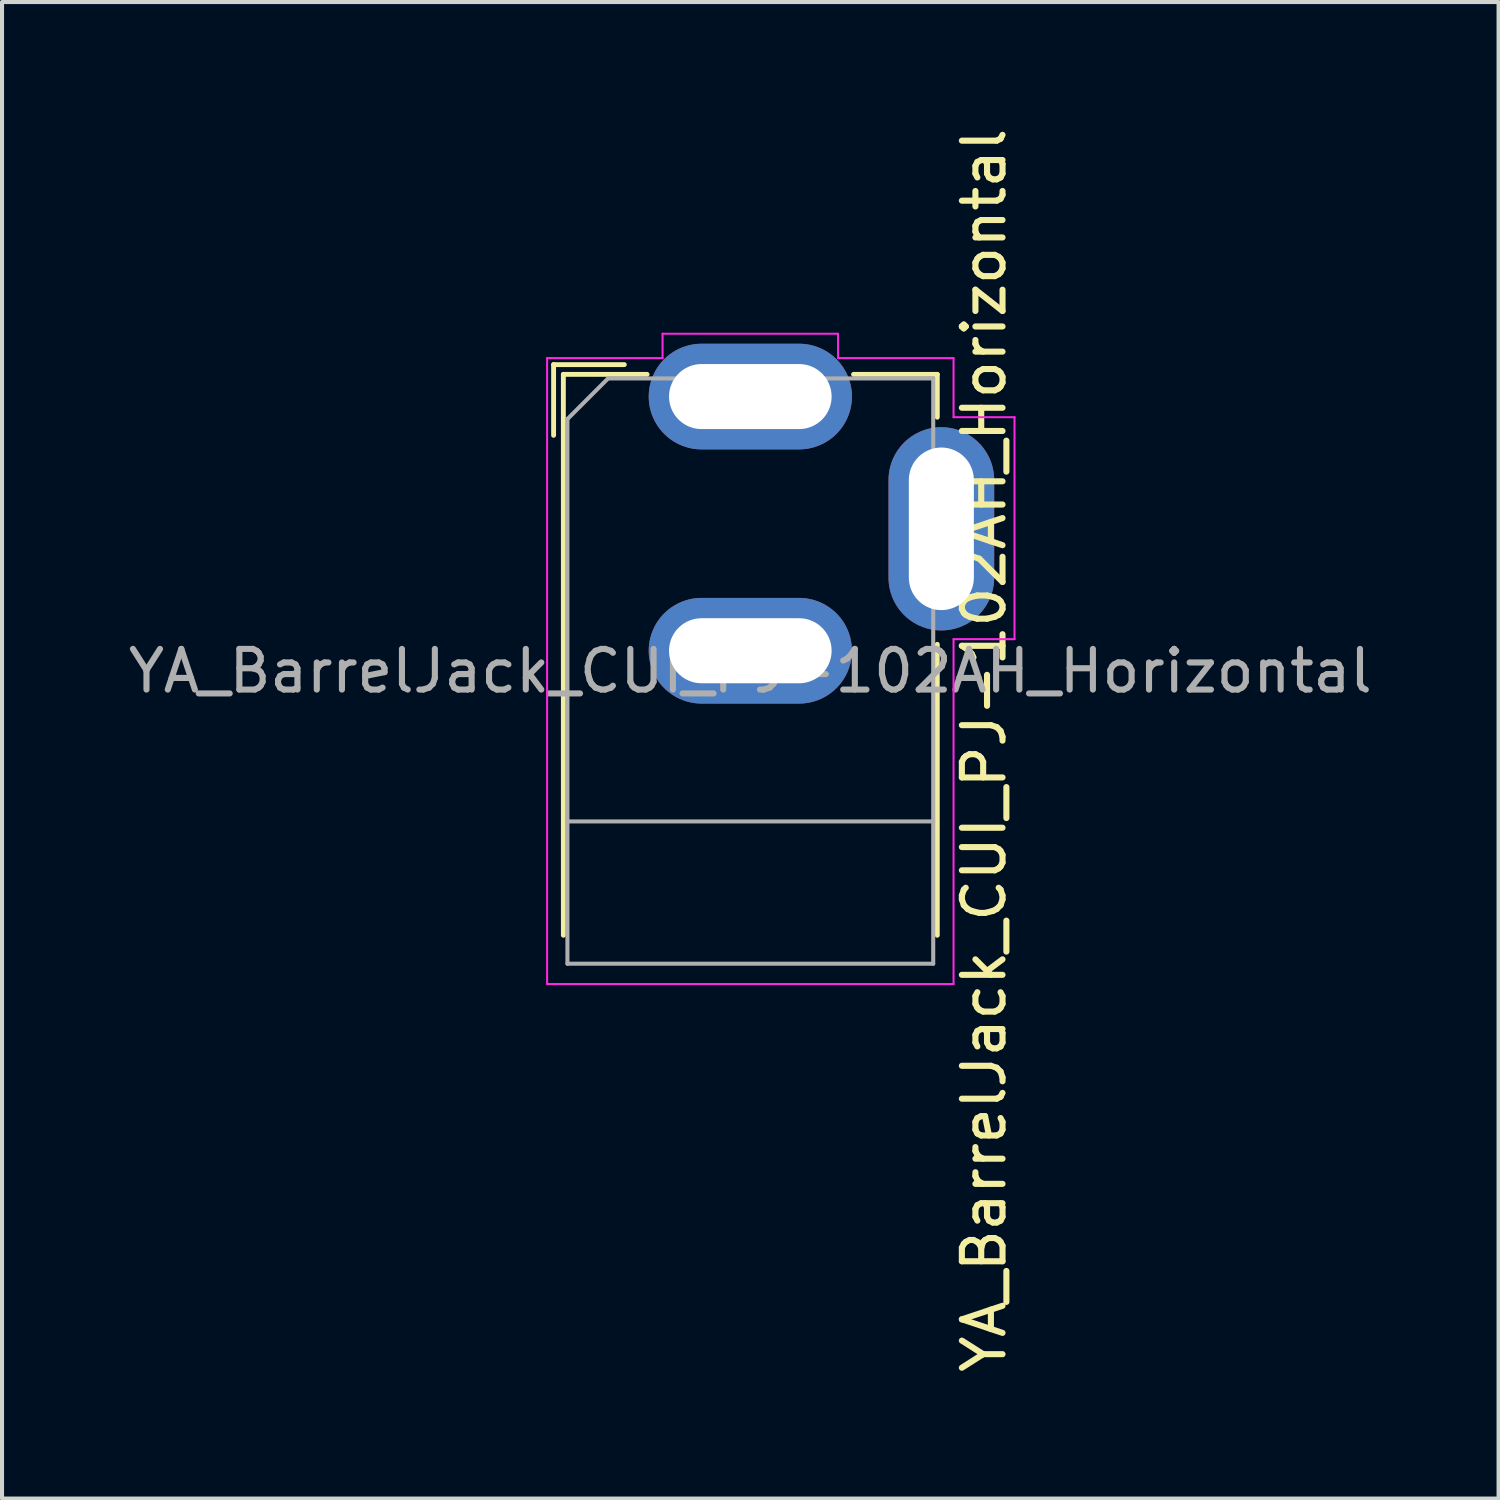
<source format=kicad_pcb>
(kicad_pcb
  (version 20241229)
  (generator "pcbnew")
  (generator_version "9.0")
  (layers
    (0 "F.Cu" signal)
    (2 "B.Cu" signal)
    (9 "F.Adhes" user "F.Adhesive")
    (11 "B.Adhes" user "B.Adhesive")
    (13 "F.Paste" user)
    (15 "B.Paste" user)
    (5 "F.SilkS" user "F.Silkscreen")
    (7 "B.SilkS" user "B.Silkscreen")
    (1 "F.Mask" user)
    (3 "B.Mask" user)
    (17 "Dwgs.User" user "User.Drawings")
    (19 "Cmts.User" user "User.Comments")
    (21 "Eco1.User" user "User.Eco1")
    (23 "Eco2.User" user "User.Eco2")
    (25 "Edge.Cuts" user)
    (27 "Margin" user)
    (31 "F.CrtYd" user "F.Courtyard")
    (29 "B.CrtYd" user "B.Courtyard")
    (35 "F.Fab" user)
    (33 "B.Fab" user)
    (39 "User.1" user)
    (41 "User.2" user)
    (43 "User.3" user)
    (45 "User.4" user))
  (footprint "YA_BarrelJack_CUI_PJ-102AH_Horizontal"
    (layer "F.Cu")
    (at 15.411 6.961)
    (property "Reference" "YA_BarrelJack_CUI_PJ-102AH_Horizontal" (at 5.75 8.45 90) (layer "F.SilkS") (effects (font (size 1 1) (thickness 0.15))))
    (attr through_hole)
    (fp_line (start -4.84 -1.04) (end -3.1 -1.04) (stroke (width 0.12) (type solid)) (layer "F.SilkS"))
    (fp_line (start -4.84 0.7) (end -4.84 -1.04) (stroke (width 0.12) (type solid)) (layer "F.SilkS"))
    (fp_line (start -4.6 -0.8) (end -2.54 -0.8) (stroke (width 0.12) (type solid)) (layer "F.SilkS"))
    (fp_line (start -4.6 13) (end -4.6 -0.8) (stroke (width 0.12) (type solid)) (layer "F.SilkS"))
    (fp_line (start 2.54 -0.8) (end 4.6 -0.8) (stroke (width 0.12) (type solid)) (layer "F.SilkS"))
    (fp_line (start 4.6 -0.8) (end 4.6 0.254) (stroke (width 0.12) (type solid)) (layer "F.SilkS"))
    (fp_line (start 4.6 5.842) (end 4.6 13) (stroke (width 0.12) (type solid)) (layer "F.SilkS"))
    (fp_line (start -5 -1.2) (end -2.159 -1.2) (stroke (width 0.05) (type solid)) (layer "F.CrtYd"))
    (fp_line (start -5 14.2) (end -5 -1.2) (stroke (width 0.05) (type solid)) (layer "F.CrtYd"))
    (fp_line (start -2.159 -1.8) (end 2.159 -1.8) (stroke (width 0.05) (type solid)) (layer "F.CrtYd"))
    (fp_line (start -2.159 -1.2) (end -2.159 -1.8) (stroke (width 0.05) (type solid)) (layer "F.CrtYd"))
    (fp_line (start 2.159 -1.8) (end 2.159 -1.2) (stroke (width 0.05) (type solid)) (layer "F.CrtYd"))
    (fp_line (start 2.159 -1.2) (end 5 -1.2) (stroke (width 0.05) (type solid)) (layer "F.CrtYd"))
    (fp_line (start 5 -1.2) (end 5 0.254) (stroke (width 0.05) (type solid)) (layer "F.CrtYd"))
    (fp_line (start 5 0.254) (end 6.5 0.254) (stroke (width 0.05) (type solid)) (layer "F.CrtYd"))
    (fp_line (start 5 5.715) (end 5 14.2) (stroke (width 0.05) (type solid)) (layer "F.CrtYd"))
    (fp_line (start 5 14.2) (end -5 14.2) (stroke (width 0.05) (type solid)) (layer "F.CrtYd"))
    (fp_line (start 6.5 0.254) (end 6.5 5.715) (stroke (width 0.05) (type solid)) (layer "F.CrtYd"))
    (fp_line (start 6.5 5.715) (end 5 5.715) (stroke (width 0.05) (type solid)) (layer "F.CrtYd"))
    (fp_line (start -4.5 0.3) (end -3.5 -0.7) (stroke (width 0.1) (type solid)) (layer "F.Fab"))
    (fp_line (start -4.5 10.2) (end 4.5 10.2) (stroke (width 0.1) (type solid)) (layer "F.Fab"))
    (fp_line (start -4.5 13.7) (end -4.5 0.3) (stroke (width 0.1) (type solid)) (layer "F.Fab"))
    (fp_line (start -3.5 -0.7) (end 4.5 -0.7) (stroke (width 0.1) (type solid)) (layer "F.Fab"))
    (fp_line (start 4.5 -0.7) (end 4.5 13.7) (stroke (width 0.1) (type solid)) (layer "F.Fab"))
    (fp_line (start 4.5 13.7) (end -4.5 13.7) (stroke (width 0.1) (type solid)) (layer "F.Fab"))
    (fp_text user "${REFERENCE}" (at 0 6.5 0) (layer "F.Fab") (effects (font (size 1 1) (thickness 0.15))))
    (pad "1" thru_hole oval (at 0 -0.254) (size 5 2.6) (drill oval 4 1.6) (layers "*.Cu" "*.Mask"))
    (pad "2" thru_hole oval (at 0 6) (size 5 2.6) (drill oval 4 1.6) (layers "*.Cu" "*.Mask"))
    (pad "3" thru_hole oval (at 4.7 3) (size 2.6 5) (drill oval 1.6 4) (layers "*.Cu" "*.Mask")))
  (gr_rect
    (start -3 -3)
    (end 33.821 33.821)
    (stroke (width 0.1) (type default))
    (fill no)
    (layer "Edge.Cuts")))
</source>
